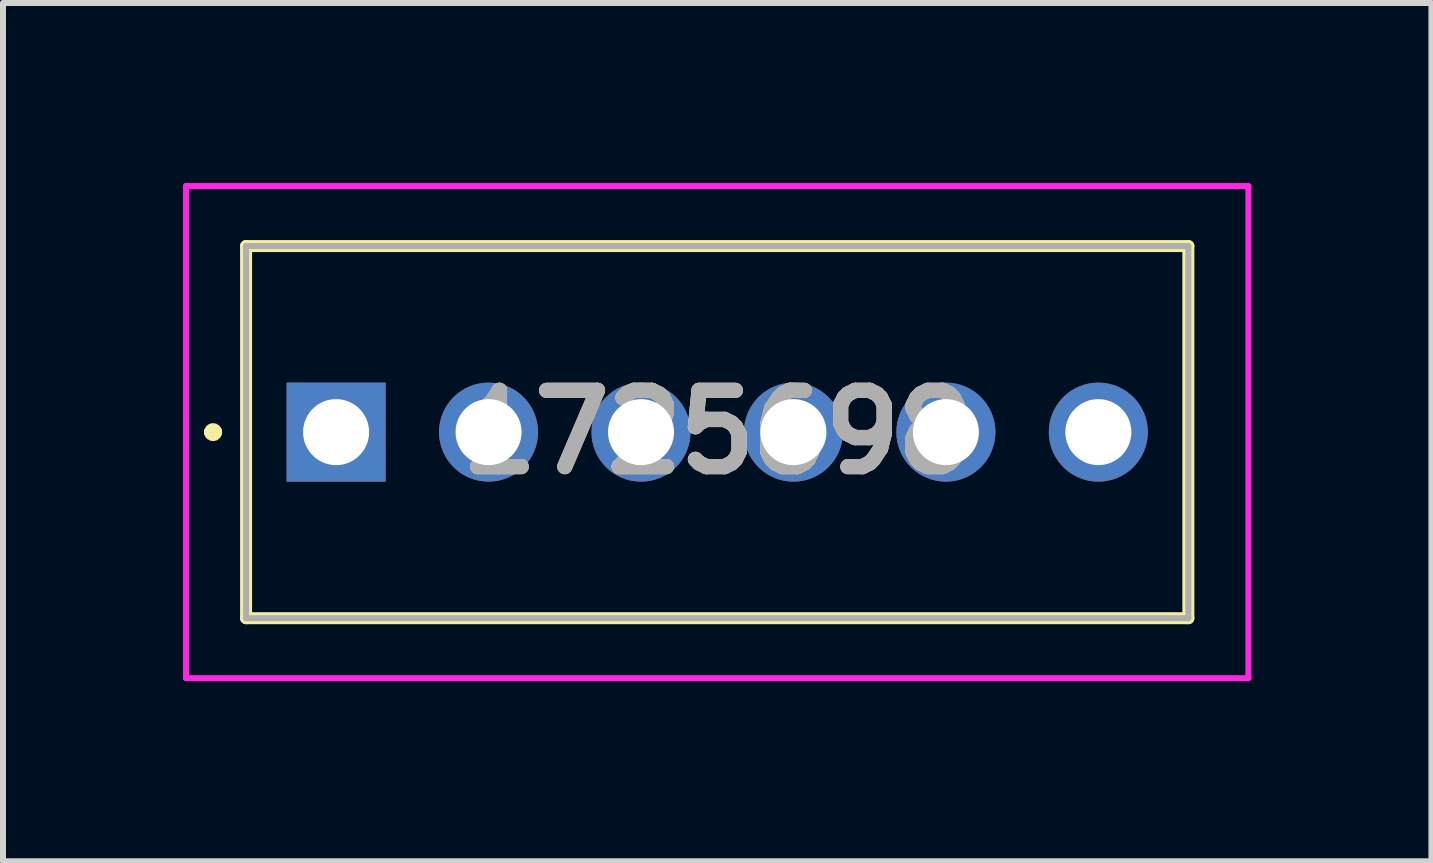
<source format=kicad_pcb>
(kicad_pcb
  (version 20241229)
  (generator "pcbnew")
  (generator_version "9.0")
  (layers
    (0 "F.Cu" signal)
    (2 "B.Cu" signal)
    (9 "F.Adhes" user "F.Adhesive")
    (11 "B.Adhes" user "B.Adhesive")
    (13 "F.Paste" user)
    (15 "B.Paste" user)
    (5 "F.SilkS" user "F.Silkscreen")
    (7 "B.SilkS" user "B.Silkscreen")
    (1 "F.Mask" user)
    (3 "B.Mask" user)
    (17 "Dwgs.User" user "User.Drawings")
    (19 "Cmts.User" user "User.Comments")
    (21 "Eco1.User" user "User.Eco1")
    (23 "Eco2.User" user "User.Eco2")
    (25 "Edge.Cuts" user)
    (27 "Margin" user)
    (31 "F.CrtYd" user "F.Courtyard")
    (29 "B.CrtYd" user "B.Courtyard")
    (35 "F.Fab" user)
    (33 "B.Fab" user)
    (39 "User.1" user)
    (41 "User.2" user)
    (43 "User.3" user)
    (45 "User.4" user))
  (footprint "1725698"
    (layer "F.Cu")
    (at 2.55 4.15)
    (property "Reference" "1725698" (at 6.35 0 0) (layer "F.SilkS") (effects (font (size 1.27 1.27) (thickness 0.254))))
    (attr through_hole)
    (fp_line (start -2.1 0) (end -2.1 0) (stroke (width 0.2) (type solid)) (layer "F.SilkS"))
    (fp_line (start -2.1 0) (end -2 0) (stroke (width 0.2) (type solid)) (layer "F.SilkS"))
    (fp_line (start -2 0) (end -2 0) (stroke (width 0.2) (type solid)) (layer "F.SilkS"))
    (fp_line (start -1.5 -3.1) (end 14.2 -3.1) (stroke (width 0.2) (type solid)) (layer "F.SilkS"))
    (fp_line (start -1.5 3.1) (end -1.5 -3.1) (stroke (width 0.2) (type solid)) (layer "F.SilkS"))
    (fp_line (start 14.2 -3.1) (end 14.2 3.1) (stroke (width 0.2) (type solid)) (layer "F.SilkS"))
    (fp_line (start 14.2 3.1) (end -1.5 3.1) (stroke (width 0.2) (type solid)) (layer "F.SilkS"))
    (fp_arc (start -2.1 0) (mid -2.05 -0.05) (end -2 0) (stroke (width 0.2) (type solid)) (layer "F.SilkS"))
    (fp_arc (start -2 0) (mid -2.05 0.05) (end -2.1 0) (stroke (width 0.2) (type solid)) (layer "F.SilkS"))
    (fp_line (start -2.5 -4.1) (end 15.2 -4.1) (stroke (width 0.1) (type solid)) (layer "F.CrtYd"))
    (fp_line (start -2.5 4.1) (end -2.5 -4.1) (stroke (width 0.1) (type solid)) (layer "F.CrtYd"))
    (fp_line (start 15.2 -4.1) (end 15.2 4.1) (stroke (width 0.1) (type solid)) (layer "F.CrtYd"))
    (fp_line (start 15.2 4.1) (end -2.5 4.1) (stroke (width 0.1) (type solid)) (layer "F.CrtYd"))
    (fp_line (start -1.5 -3.1) (end -1.5 3.1) (stroke (width 0.1) (type solid)) (layer "F.Fab"))
    (fp_line (start -1.5 3.1) (end 14.2 3.1) (stroke (width 0.1) (type solid)) (layer "F.Fab"))
    (fp_line (start 14.2 -3.1) (end -1.5 -3.1) (stroke (width 0.1) (type solid)) (layer "F.Fab"))
    (fp_line (start 14.2 3.1) (end 14.2 -3.1) (stroke (width 0.1) (type solid)) (layer "F.Fab"))
    (fp_text user "${REFERENCE}" (at 6.35 0 0) (layer "F.Fab") (effects (font (size 1.27 1.27) (thickness 0.254))))
    (pad "1" thru_hole rect (at 0 0) (size 1.65 1.65) (drill 1.1) (layers "*.Cu" "*.Mask"))
    (pad "2" thru_hole circle (at 2.54 0) (size 1.65 1.65) (drill 1.1) (layers "*.Cu" "*.Mask"))
    (pad "3" thru_hole circle (at 5.08 0) (size 1.65 1.65) (drill 1.1) (layers "*.Cu" "*.Mask"))
    (pad "4" thru_hole circle (at 7.62 0) (size 1.65 1.65) (drill 1.1) (layers "*.Cu" "*.Mask"))
    (pad "5" thru_hole circle (at 10.16 0) (size 1.65 1.65) (drill 1.1) (layers "*.Cu" "*.Mask"))
    (pad "6" thru_hole circle (at 12.7 0) (size 1.65 1.65) (drill 1.1) (layers "*.Cu" "*.Mask")))
  (gr_rect
    (start -3 -3)
    (end 20.8 11.3)
    (stroke (width 0.1) (type default))
    (fill no)
    (layer "Edge.Cuts")))
</source>
